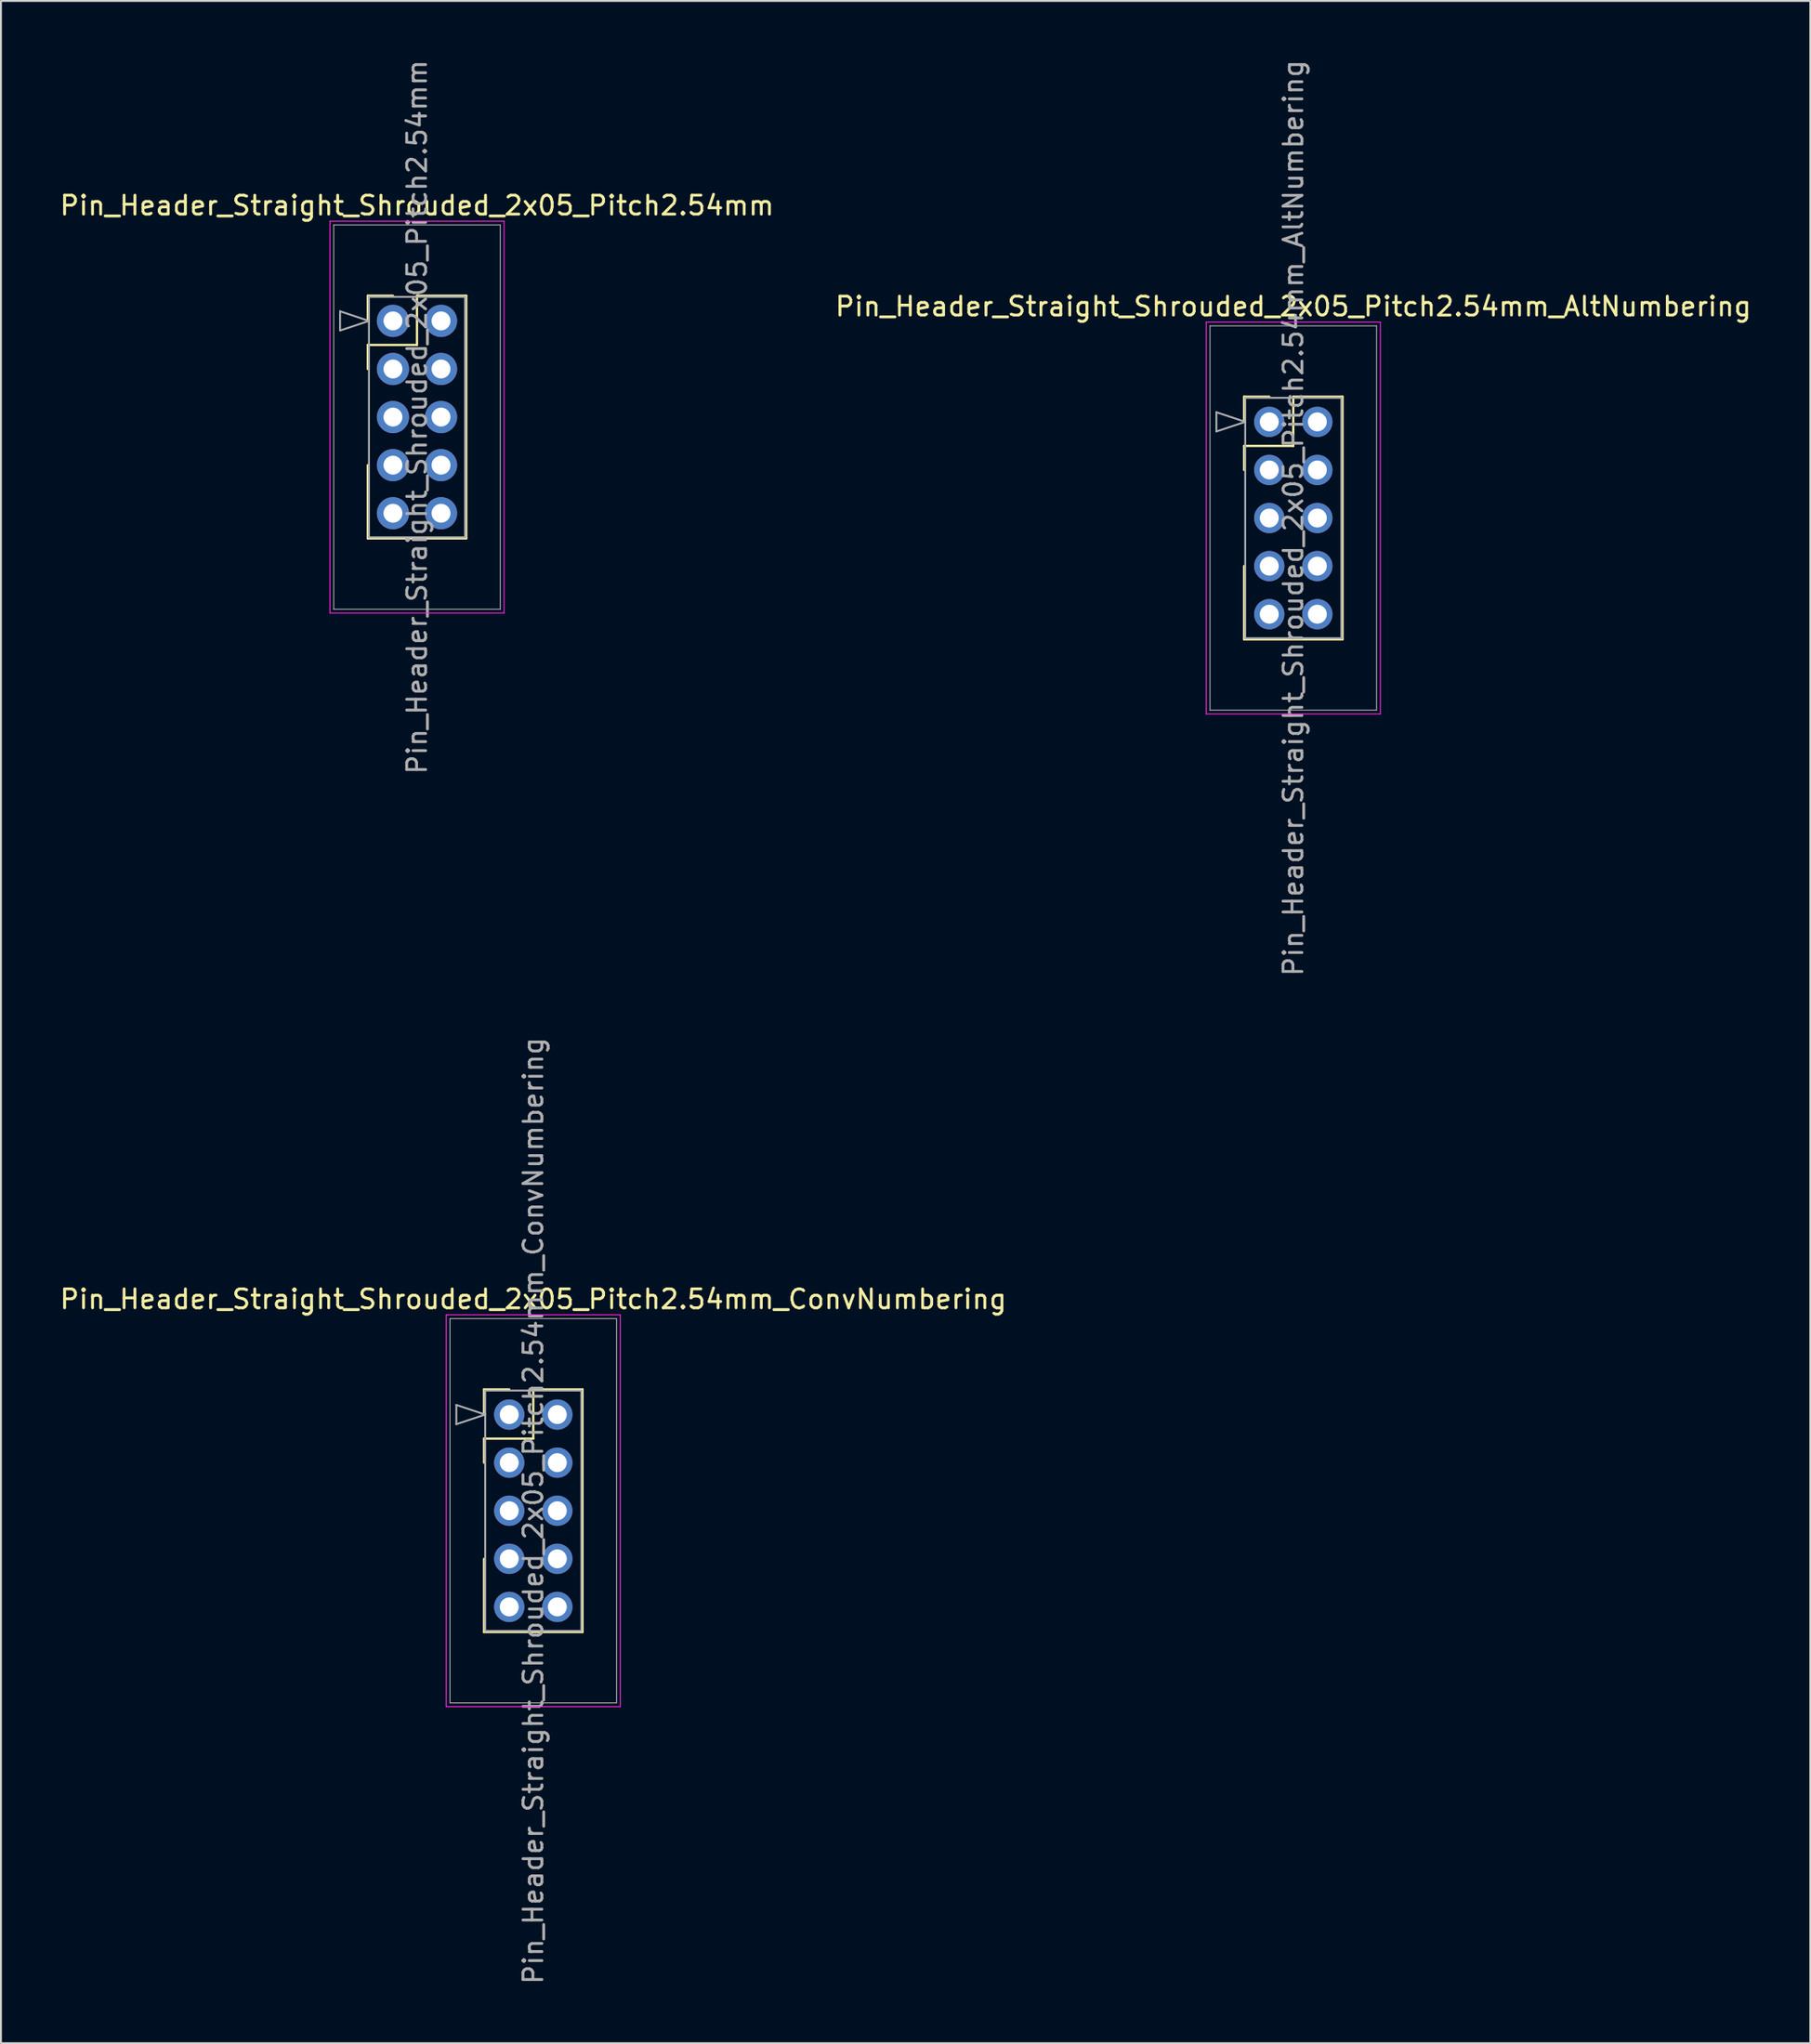
<source format=kicad_pcb>
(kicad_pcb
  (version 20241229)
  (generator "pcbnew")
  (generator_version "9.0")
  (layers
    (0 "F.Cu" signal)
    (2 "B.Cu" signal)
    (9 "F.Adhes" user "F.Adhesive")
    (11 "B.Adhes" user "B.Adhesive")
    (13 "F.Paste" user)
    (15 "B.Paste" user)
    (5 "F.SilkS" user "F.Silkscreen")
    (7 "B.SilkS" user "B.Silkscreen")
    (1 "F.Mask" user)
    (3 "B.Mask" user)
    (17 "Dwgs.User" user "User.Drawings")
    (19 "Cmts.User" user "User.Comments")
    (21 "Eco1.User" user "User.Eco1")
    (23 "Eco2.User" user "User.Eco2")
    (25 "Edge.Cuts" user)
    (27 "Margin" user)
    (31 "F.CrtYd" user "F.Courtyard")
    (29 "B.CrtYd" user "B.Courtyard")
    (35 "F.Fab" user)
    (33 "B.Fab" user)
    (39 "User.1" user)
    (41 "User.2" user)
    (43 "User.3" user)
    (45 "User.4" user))
  (footprint "Pin_Header_Straight_Shrouded_2x05_Pitch2.54mm"
    (layer "F.Cu")
    (at 17.712 13.902)
    (property "Reference" "Pin_Header_Straight_Shrouded_2x05_Pitch2.54mm" (at 1.27 -6.096 0) (layer "F.SilkS") (effects (font (size 1 1) (thickness 0.15))))
    (attr through_hole)
    (fp_line (start -1.33 -1.33) (end 0 -1.33) (stroke (width 0.12) (type solid)) (layer "F.SilkS"))
    (fp_line (start -1.33 0) (end -1.33 -1.33) (stroke (width 0.12) (type solid)) (layer "F.SilkS"))
    (fp_line (start -1.33 1.27) (end -1.33 2.54) (stroke (width 0.12) (type solid)) (layer "F.SilkS"))
    (fp_line (start -1.33 1.27) (end 1.27 1.27) (stroke (width 0.12) (type solid)) (layer "F.SilkS"))
    (fp_line (start -1.33 7.62) (end -1.33 11.49) (stroke (width 0.12) (type solid)) (layer "F.SilkS"))
    (fp_line (start -1.33 11.49) (end 3.87 11.49) (stroke (width 0.12) (type solid)) (layer "F.SilkS"))
    (fp_line (start 1.27 -1.33) (end 3.87 -1.33) (stroke (width 0.12) (type solid)) (layer "F.SilkS"))
    (fp_line (start 1.27 1.27) (end 1.27 -1.33) (stroke (width 0.12) (type solid)) (layer "F.SilkS"))
    (fp_line (start 3.87 -1.33) (end 3.87 11.49) (stroke (width 0.12) (type solid)) (layer "F.SilkS"))
    (fp_line (start -3.33 -5.27) (end 5.87 -5.27) (stroke (width 0.05) (type solid)) (layer "F.CrtYd"))
    (fp_line (start -3.33 15.43) (end -3.33 -5.27) (stroke (width 0.05) (type solid)) (layer "F.CrtYd"))
    (fp_line (start 5.87 -5.27) (end 5.87 15.43) (stroke (width 0.05) (type solid)) (layer "F.CrtYd"))
    (fp_line (start 5.87 15.43) (end -3.33 15.43) (stroke (width 0.05) (type solid)) (layer "F.CrtYd"))
    (fp_line (start -3.13 -5.07) (end -3.13 15.23) (stroke (width 0.05) (type solid)) (layer "F.Fab"))
    (fp_line (start -2.794 -0.508) (end -1.27 0) (stroke (width 0.1) (type solid)) (layer "F.Fab"))
    (fp_line (start -2.794 0.508) (end -2.794 -0.508) (stroke (width 0.1) (type solid)) (layer "F.Fab"))
    (fp_line (start -1.27 -1.27) (end 3.81 -1.27) (stroke (width 0.1) (type solid)) (layer "F.Fab"))
    (fp_line (start -1.27 0) (end -2.794 0.508) (stroke (width 0.1) (type solid)) (layer "F.Fab"))
    (fp_line (start -1.27 11.43) (end -1.27 -1.27) (stroke (width 0.1) (type solid)) (layer "F.Fab"))
    (fp_line (start 3.81 -1.27) (end 3.81 11.43) (stroke (width 0.1) (type solid)) (layer "F.Fab"))
    (fp_line (start 3.81 11.43) (end -1.27 11.43) (stroke (width 0.1) (type solid)) (layer "F.Fab"))
    (fp_line (start 5.67 -5.07) (end -3.13 -5.07) (stroke (width 0.05) (type solid)) (layer "F.Fab"))
    (fp_line (start 5.67 -5.07) (end 5.67 15.23) (stroke (width 0.05) (type solid)) (layer "F.Fab"))
    (fp_line (start 5.67 15.23) (end -3.13 15.23) (stroke (width 0.05) (type solid)) (layer "F.Fab"))
    (fp_text user "${REFERENCE}" (at 1.27 5.08 90) (layer "F.Fab") (effects (font (size 1 1) (thickness 0.15))))
    (pad "1" thru_hole circle (at 0 0) (size 1.7 1.7) (drill 1) (layers "*.Cu" "*.Mask"))
    (pad "2" thru_hole oval (at 2.54 0) (size 1.7 1.7) (drill 1) (layers "*.Cu" "*.Mask"))
    (pad "3" thru_hole oval (at 0 2.54) (size 1.7 1.7) (drill 1) (layers "*.Cu" "*.Mask"))
    (pad "4" thru_hole oval (at 2.54 2.54) (size 1.7 1.7) (drill 1) (layers "*.Cu" "*.Mask"))
    (pad "5" thru_hole oval (at 0 5.08) (size 1.7 1.7) (drill 1) (layers "*.Cu" "*.Mask"))
    (pad "6" thru_hole oval (at 2.54 5.08) (size 1.7 1.7) (drill 1) (layers "*.Cu" "*.Mask"))
    (pad "7" thru_hole oval (at 0 7.62) (size 1.7 1.7) (drill 1) (layers "*.Cu" "*.Mask"))
    (pad "8" thru_hole oval (at 2.54 7.62) (size 1.7 1.7) (drill 1) (layers "*.Cu" "*.Mask"))
    (pad "9" thru_hole oval (at 0 10.16) (size 1.7 1.7) (drill 1) (layers "*.Cu" "*.Mask"))
    (pad "10" thru_hole oval (at 2.54 10.16) (size 1.7 1.7) (drill 1) (layers "*.Cu" "*.Mask")))
  (footprint "Pin_Header_Straight_Shrouded_2x05_Pitch2.54mm_AltNumbering"
    (layer "F.Cu")
    (at 64.01 19.235)
    (property "Reference" "Pin_Header_Straight_Shrouded_2x05_Pitch2.54mm_AltNumbering" (at 1.27 -6.096 0) (layer "F.SilkS") (effects (font (size 1 1) (thickness 0.15))))
    (attr through_hole)
    (fp_line (start -1.33 -1.33) (end 0 -1.33) (stroke (width 0.12) (type solid)) (layer "F.SilkS"))
    (fp_line (start -1.33 0) (end -1.33 -1.33) (stroke (width 0.12) (type solid)) (layer "F.SilkS"))
    (fp_line (start -1.33 1.27) (end -1.33 2.54) (stroke (width 0.12) (type solid)) (layer "F.SilkS"))
    (fp_line (start -1.33 1.27) (end 1.27 1.27) (stroke (width 0.12) (type solid)) (layer "F.SilkS"))
    (fp_line (start -1.33 7.62) (end -1.33 11.49) (stroke (width 0.12) (type solid)) (layer "F.SilkS"))
    (fp_line (start -1.33 11.49) (end 3.87 11.49) (stroke (width 0.12) (type solid)) (layer "F.SilkS"))
    (fp_line (start 1.27 -1.33) (end 3.87 -1.33) (stroke (width 0.12) (type solid)) (layer "F.SilkS"))
    (fp_line (start 1.27 1.27) (end 1.27 -1.33) (stroke (width 0.12) (type solid)) (layer "F.SilkS"))
    (fp_line (start 3.87 -1.33) (end 3.87 11.49) (stroke (width 0.12) (type solid)) (layer "F.SilkS"))
    (fp_line (start -3.33 -5.27) (end -3.33 15.43) (stroke (width 0.05) (type solid)) (layer "F.CrtYd"))
    (fp_line (start -3.33 15.43) (end 5.87 15.43) (stroke (width 0.05) (type solid)) (layer "F.CrtYd"))
    (fp_line (start 5.87 -5.27) (end -3.33 -5.27) (stroke (width 0.05) (type solid)) (layer "F.CrtYd"))
    (fp_line (start 5.87 15.43) (end 5.87 -5.27) (stroke (width 0.05) (type solid)) (layer "F.CrtYd"))
    (fp_line (start -3.13 -5.07) (end -3.13 15.23) (stroke (width 0.05) (type solid)) (layer "F.Fab"))
    (fp_line (start -3.13 15.23) (end 5.67 15.23) (stroke (width 0.05) (type solid)) (layer "F.Fab"))
    (fp_line (start -2.794 -0.508) (end -1.27 0) (stroke (width 0.1) (type solid)) (layer "F.Fab"))
    (fp_line (start -2.794 0.508) (end -2.794 -0.508) (stroke (width 0.1) (type solid)) (layer "F.Fab"))
    (fp_line (start -1.27 -1.27) (end -1.27 11.43) (stroke (width 0.1) (type solid)) (layer "F.Fab"))
    (fp_line (start -1.27 0) (end -2.794 0.508) (stroke (width 0.1) (type solid)) (layer "F.Fab"))
    (fp_line (start -1.27 11.43) (end 3.81 11.43) (stroke (width 0.1) (type solid)) (layer "F.Fab"))
    (fp_line (start 3.81 -1.27) (end -1.27 -1.27) (stroke (width 0.1) (type solid)) (layer "F.Fab"))
    (fp_line (start 3.81 11.43) (end 3.81 -1.27) (stroke (width 0.1) (type solid)) (layer "F.Fab"))
    (fp_line (start 5.67 -5.07) (end -3.13 -5.07) (stroke (width 0.05) (type solid)) (layer "F.Fab"))
    (fp_line (start 5.67 15.23) (end 5.67 -5.07) (stroke (width 0.05) (type solid)) (layer "F.Fab"))
    (fp_text user "${REFERENCE}" (at 1.27 5.08 90) (layer "F.Fab") (effects (font (size 1 1) (thickness 0.15))))
    (pad "1" thru_hole oval (at 0 0) (size 1.6 1.6) (drill 1) (layers "*.Cu" "*.Mask"))
    (pad "2" thru_hole oval (at 0 2.54) (size 1.6 1.6) (drill 1) (layers "*.Cu" "*.Mask"))
    (pad "3" thru_hole oval (at 0 5.08) (size 1.6 1.6) (drill 1) (layers "*.Cu" "*.Mask"))
    (pad "4" thru_hole oval (at 0 7.62) (size 1.6 1.6) (drill 1) (layers "*.Cu" "*.Mask"))
    (pad "5" thru_hole oval (at 0 10.16) (size 1.6 1.6) (drill 1) (layers "*.Cu" "*.Mask"))
    (pad "6" thru_hole oval (at 2.54 0) (size 1.6 1.6) (drill 1) (layers "*.Cu" "*.Mask"))
    (pad "7" thru_hole oval (at 2.54 2.54) (size 1.6 1.6) (drill 1) (layers "*.Cu" "*.Mask"))
    (pad "8" thru_hole oval (at 2.54 5.08) (size 1.6 1.6) (drill 1) (layers "*.Cu" "*.Mask"))
    (pad "9" thru_hole oval (at 2.54 7.62) (size 1.6 1.6) (drill 1) (layers "*.Cu" "*.Mask"))
    (pad "10" thru_hole oval (at 2.54 10.16) (size 1.6 1.6) (drill 1) (layers "*.Cu" "*.Mask")))
  (footprint "Pin_Header_Straight_Shrouded_2x05_Pitch2.54mm_ConvNumbering"
    (layer "F.Cu")
    (at 23.855 71.676)
    (property "Reference" "Pin_Header_Straight_Shrouded_2x05_Pitch2.54mm_ConvNumbering" (at 1.27 -6.096 0) (layer "F.SilkS") (effects (font (size 1 1) (thickness 0.15))))
    (attr through_hole)
    (fp_line (start -1.33 -1.33) (end 0 -1.33) (stroke (width 0.12) (type solid)) (layer "F.SilkS"))
    (fp_line (start -1.33 0) (end -1.33 -1.33) (stroke (width 0.12) (type solid)) (layer "F.SilkS"))
    (fp_line (start -1.33 1.27) (end -1.33 2.54) (stroke (width 0.12) (type solid)) (layer "F.SilkS"))
    (fp_line (start -1.33 1.27) (end 1.27 1.27) (stroke (width 0.12) (type solid)) (layer "F.SilkS"))
    (fp_line (start -1.33 7.62) (end -1.33 11.49) (stroke (width 0.12) (type solid)) (layer "F.SilkS"))
    (fp_line (start -1.33 11.49) (end 3.87 11.49) (stroke (width 0.12) (type solid)) (layer "F.SilkS"))
    (fp_line (start 1.27 -1.33) (end 3.87 -1.33) (stroke (width 0.12) (type solid)) (layer "F.SilkS"))
    (fp_line (start 1.27 1.27) (end 1.27 -1.33) (stroke (width 0.12) (type solid)) (layer "F.SilkS"))
    (fp_line (start 3.87 -1.33) (end 3.87 11.49) (stroke (width 0.12) (type solid)) (layer "F.SilkS"))
    (fp_line (start -3.33 -5.27) (end -3.33 15.43) (stroke (width 0.05) (type solid)) (layer "F.CrtYd"))
    (fp_line (start -3.33 15.43) (end 5.87 15.43) (stroke (width 0.05) (type solid)) (layer "F.CrtYd"))
    (fp_line (start 5.87 -5.27) (end -3.33 -5.27) (stroke (width 0.05) (type solid)) (layer "F.CrtYd"))
    (fp_line (start 5.87 15.43) (end 5.87 -5.27) (stroke (width 0.05) (type solid)) (layer "F.CrtYd"))
    (fp_line (start -3.13 -5.07) (end -3.13 15.23) (stroke (width 0.05) (type solid)) (layer "F.Fab"))
    (fp_line (start -3.13 15.23) (end 5.67 15.23) (stroke (width 0.05) (type solid)) (layer "F.Fab"))
    (fp_line (start -2.794 -0.508) (end -1.27 0) (stroke (width 0.1) (type solid)) (layer "F.Fab"))
    (fp_line (start -2.794 0.508) (end -2.794 -0.508) (stroke (width 0.1) (type solid)) (layer "F.Fab"))
    (fp_line (start -1.27 -1.27) (end -1.27 11.43) (stroke (width 0.1) (type solid)) (layer "F.Fab"))
    (fp_line (start -1.27 0) (end -2.794 0.508) (stroke (width 0.1) (type solid)) (layer "F.Fab"))
    (fp_line (start -1.27 11.43) (end 3.81 11.43) (stroke (width 0.1) (type solid)) (layer "F.Fab"))
    (fp_line (start 3.81 -1.27) (end -1.27 -1.27) (stroke (width 0.1) (type solid)) (layer "F.Fab"))
    (fp_line (start 3.81 11.43) (end 3.81 -1.27) (stroke (width 0.1) (type solid)) (layer "F.Fab"))
    (fp_line (start 5.67 -5.07) (end -3.13 -5.07) (stroke (width 0.05) (type solid)) (layer "F.Fab"))
    (fp_line (start 5.67 15.23) (end 5.67 -5.07) (stroke (width 0.05) (type solid)) (layer "F.Fab"))
    (fp_text user "${REFERENCE}" (at 1.27 5.08 90) (layer "F.Fab") (effects (font (size 1 1) (thickness 0.15))))
    (pad "1" thru_hole oval (at 0 0) (size 1.6 1.6) (drill 1) (layers "*.Cu" "*.Mask"))
    (pad "2" thru_hole oval (at 2.54 0) (size 1.6 1.6) (drill 1) (layers "*.Cu" "*.Mask"))
    (pad "3" thru_hole oval (at 0 2.54) (size 1.6 1.6) (drill 1) (layers "*.Cu" "*.Mask"))
    (pad "4" thru_hole oval (at 2.54 2.54) (size 1.6 1.6) (drill 1) (layers "*.Cu" "*.Mask"))
    (pad "5" thru_hole oval (at 0 5.08) (size 1.6 1.6) (drill 1) (layers "*.Cu" "*.Mask"))
    (pad "6" thru_hole oval (at 2.54 5.08) (size 1.6 1.6) (drill 1) (layers "*.Cu" "*.Mask"))
    (pad "7" thru_hole oval (at 0 7.62) (size 1.6 1.6) (drill 1) (layers "*.Cu" "*.Mask"))
    (pad "8" thru_hole oval (at 2.54 7.62) (size 1.6 1.6) (drill 1) (layers "*.Cu" "*.Mask"))
    (pad "9" thru_hole oval (at 0 10.16) (size 1.6 1.6) (drill 1) (layers "*.Cu" "*.Mask"))
    (pad "10" thru_hole oval (at 2.54 10.16) (size 1.6 1.6) (drill 1) (layers "*.Cu" "*.Mask")))
  (gr_rect
    (start -3 -3)
    (end 92.595 104.881)
    (stroke (width 0.1) (type default))
    (fill no)
    (layer "Edge.Cuts")))
</source>
